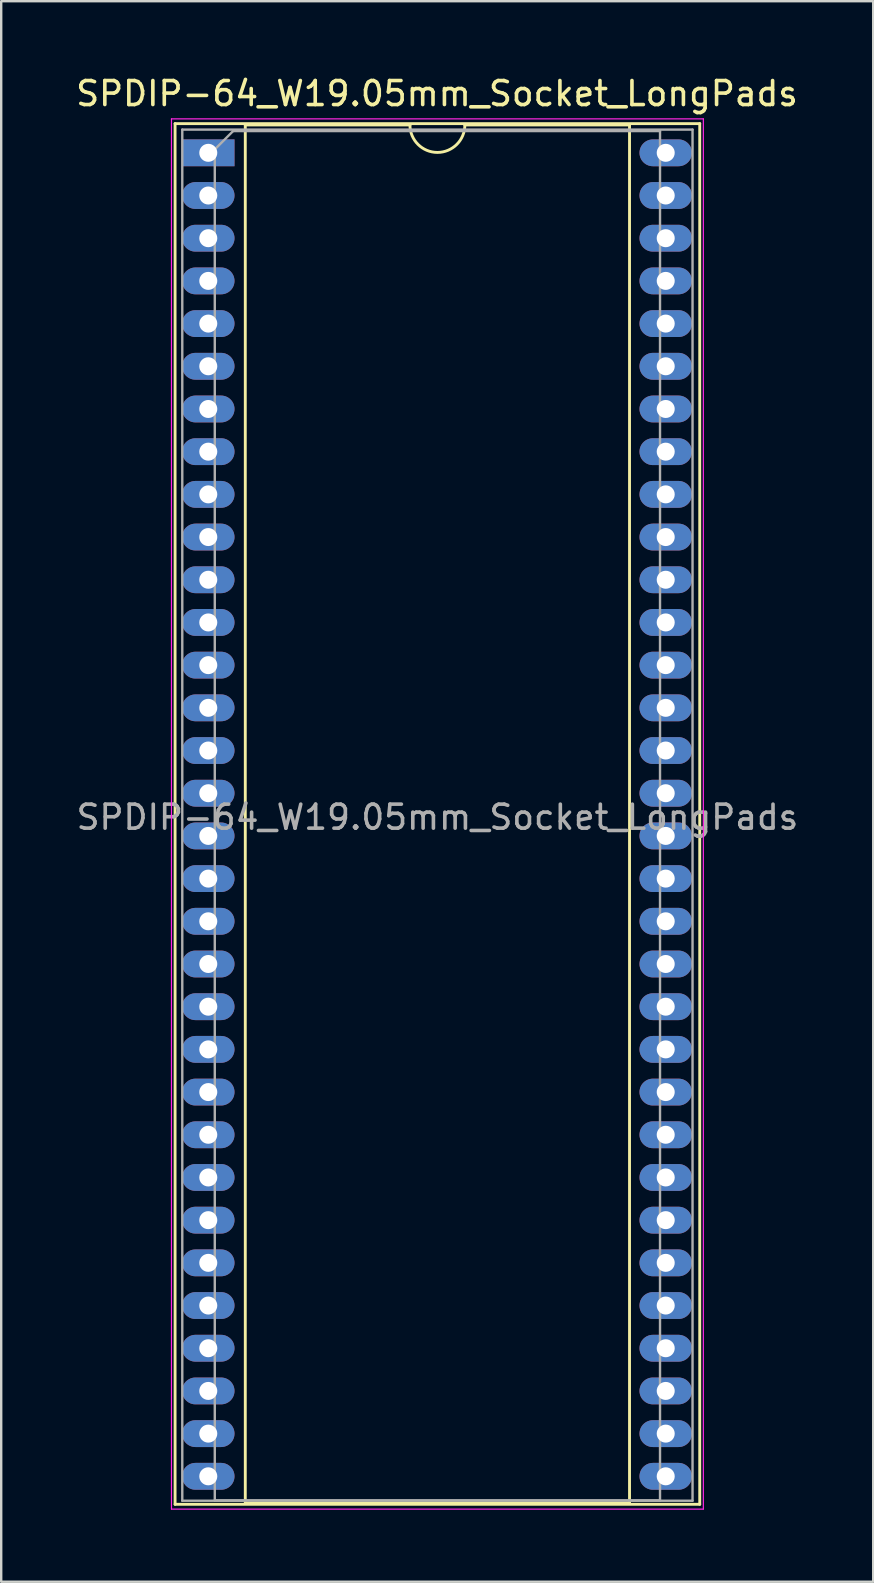
<source format=kicad_pcb>
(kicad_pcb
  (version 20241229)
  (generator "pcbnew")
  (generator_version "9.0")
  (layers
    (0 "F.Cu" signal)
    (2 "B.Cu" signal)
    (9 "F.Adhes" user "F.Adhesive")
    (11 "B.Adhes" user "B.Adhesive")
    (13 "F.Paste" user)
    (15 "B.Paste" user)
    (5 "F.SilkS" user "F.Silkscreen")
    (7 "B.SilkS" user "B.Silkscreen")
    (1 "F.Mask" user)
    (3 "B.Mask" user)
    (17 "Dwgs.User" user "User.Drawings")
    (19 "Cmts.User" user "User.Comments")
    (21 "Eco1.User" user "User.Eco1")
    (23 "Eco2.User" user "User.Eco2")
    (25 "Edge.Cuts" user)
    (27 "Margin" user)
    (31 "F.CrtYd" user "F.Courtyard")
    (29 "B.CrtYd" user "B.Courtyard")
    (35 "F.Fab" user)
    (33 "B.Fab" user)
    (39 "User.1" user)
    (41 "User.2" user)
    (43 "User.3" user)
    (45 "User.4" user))
  (footprint "SPDIP-64_W19.05mm_Socket_LongPads"
    (layer "F.Cu")
    (at 5.641 3.298)
    (property "Reference" "SPDIP-64_W19.05mm_Socket_LongPads" (at 9.508 -2.45 0) (layer "F.SilkS") (effects (font (size 1 1) (thickness 0.15))))
    (attr through_hole)
    (fp_line (start -1.4 -1.2) (end -1.4 56.3) (stroke (width 0.12) (type solid)) (layer "F.SilkS"))
    (fp_line (start -1.4 -1.2) (end 20.45 -1.2) (stroke (width 0.12) (type solid)) (layer "F.SilkS"))
    (fp_line (start -1.4 56.3) (end 20.45 56.3) (stroke (width 0.12) (type solid)) (layer "F.SilkS"))
    (fp_line (start 1.524 -1.143) (end 1.524 56.261) (stroke (width 0.12) (type solid)) (layer "F.SilkS"))
    (fp_line (start 1.524 -1.143) (end 8.382 -1.143) (stroke (width 0.12) (type solid)) (layer "F.SilkS"))
    (fp_line (start 1.524 56.261) (end 17.526 56.261) (stroke (width 0.12) (type solid)) (layer "F.SilkS"))
    (fp_line (start 17.526 -1.143) (end 10.668 -1.143) (stroke (width 0.12) (type solid)) (layer "F.SilkS"))
    (fp_line (start 17.526 56.261) (end 17.526 -1.143) (stroke (width 0.12) (type solid)) (layer "F.SilkS"))
    (fp_line (start 20.45 -1.2) (end 20.45 56.3) (stroke (width 0.12) (type solid)) (layer "F.SilkS"))
    (fp_arc (start 10.668 -1.143) (mid 9.525 0) (end 8.382 -1.143) (stroke (width 0.12) (type solid)) (layer "F.SilkS"))
    (fp_line (start -1.55 -1.397) (end 20.6 -1.397) (stroke (width 0.05) (type solid)) (layer "F.CrtYd"))
    (fp_line (start -1.55 56.5) (end -1.55 -1.397) (stroke (width 0.05) (type solid)) (layer "F.CrtYd"))
    (fp_line (start 20.6 -1.397) (end 20.6 56.5) (stroke (width 0.05) (type solid)) (layer "F.CrtYd"))
    (fp_line (start 20.6 56.5) (end -1.55 56.5) (stroke (width 0.05) (type solid)) (layer "F.CrtYd"))
    (fp_line (start -1.1 -0.95) (end -1.1 56.15) (stroke (width 0.1) (type solid)) (layer "F.Fab"))
    (fp_line (start -1.1 -0.95) (end 20.15 -0.95) (stroke (width 0.1) (type solid)) (layer "F.Fab"))
    (fp_line (start -1.1 56.15) (end 20.15 56.15) (stroke (width 0.1) (type solid)) (layer "F.Fab"))
    (fp_line (start 0.254 -0.127) (end 1.016 -0.889) (stroke (width 0.1) (type solid)) (layer "F.Fab"))
    (fp_line (start 0.254 56.134) (end 0.254 -0.127) (stroke (width 0.1) (type solid)) (layer "F.Fab"))
    (fp_line (start 0.254 56.134) (end 18.796 56.134) (stroke (width 0.1) (type solid)) (layer "F.Fab"))
    (fp_line (start 18.796 -0.889) (end 1.016 -0.889) (stroke (width 0.1) (type solid)) (layer "F.Fab"))
    (fp_line (start 18.796 56.134) (end 18.796 -0.889) (stroke (width 0.1) (type solid)) (layer "F.Fab"))
    (fp_line (start 20.15 -0.95) (end 20.15 56.15) (stroke (width 0.1) (type solid)) (layer "F.Fab"))
    (fp_text user "${REFERENCE}" (at 9.525 27.686 0) (layer "F.Fab") (effects (font (size 1 1) (thickness 0.15))))
    (pad "1" thru_hole rect (at -0.017 0.016 270) (size 1.118 2.184) (drill 0.75) (layers "*.Cu" "*.Mask"))
    (pad "2" thru_hole oval (at -0.017 1.794 270) (size 1.118 2.184) (drill 0.75) (layers "*.Cu" "*.Mask"))
    (pad "3" thru_hole oval (at -0.017 3.572 270) (size 1.118 2.184) (drill 0.75) (layers "*.Cu" "*.Mask"))
    (pad "4" thru_hole oval (at -0.017 5.35 270) (size 1.118 2.184) (drill 0.75) (layers "*.Cu" "*.Mask"))
    (pad "5" thru_hole oval (at -0.017 7.128 270) (size 1.118 2.184) (drill 0.75) (layers "*.Cu" "*.Mask"))
    (pad "6" thru_hole oval (at -0.017 8.906 270) (size 1.118 2.184) (drill 0.75) (layers "*.Cu" "*.Mask"))
    (pad "7" thru_hole oval (at -0.017 10.684 270) (size 1.118 2.184) (drill 0.75) (layers "*.Cu" "*.Mask"))
    (pad "8" thru_hole oval (at -0.017 12.462 270) (size 1.118 2.184) (drill 0.75) (layers "*.Cu" "*.Mask"))
    (pad "9" thru_hole oval (at -0.017 14.24 270) (size 1.118 2.184) (drill 0.75) (layers "*.Cu" "*.Mask"))
    (pad "10" thru_hole oval (at -0.017 16.018 270) (size 1.118 2.184) (drill 0.75) (layers "*.Cu" "*.Mask"))
    (pad "11" thru_hole oval (at -0.017 17.796 270) (size 1.118 2.184) (drill 0.75) (layers "*.Cu" "*.Mask"))
    (pad "12" thru_hole oval (at -0.017 19.574 270) (size 1.118 2.184) (drill 0.75) (layers "*.Cu" "*.Mask"))
    (pad "13" thru_hole oval (at -0.017 21.352 270) (size 1.118 2.184) (drill 0.75) (layers "*.Cu" "*.Mask"))
    (pad "14" thru_hole oval (at -0.017 23.13 270) (size 1.118 2.184) (drill 0.75) (layers "*.Cu" "*.Mask"))
    (pad "15" thru_hole oval (at -0.017 24.908 270) (size 1.118 2.184) (drill 0.75) (layers "*.Cu" "*.Mask"))
    (pad "16" thru_hole oval (at -0.017 26.686 270) (size 1.118 2.184) (drill 0.75) (layers "*.Cu" "*.Mask"))
    (pad "17" thru_hole oval (at -0.017 28.464 270) (size 1.118 2.184) (drill 0.75) (layers "*.Cu" "*.Mask"))
    (pad "18" thru_hole oval (at -0.017 30.242 270) (size 1.118 2.184) (drill 0.75) (layers "*.Cu" "*.Mask"))
    (pad "19" thru_hole oval (at -0.017 32.02 270) (size 1.118 2.184) (drill 0.75) (layers "*.Cu" "*.Mask"))
    (pad "20" thru_hole oval (at -0.017 33.798 270) (size 1.118 2.184) (drill 0.75) (layers "*.Cu" "*.Mask"))
    (pad "21" thru_hole oval (at -0.017 35.576 270) (size 1.118 2.184) (drill 0.75) (layers "*.Cu" "*.Mask"))
    (pad "22" thru_hole oval (at -0.017 37.354 270) (size 1.118 2.184) (drill 0.75) (layers "*.Cu" "*.Mask"))
    (pad "23" thru_hole oval (at -0.017 39.132 270) (size 1.118 2.184) (drill 0.75) (layers "*.Cu" "*.Mask"))
    (pad "24" thru_hole oval (at -0.017 40.91 270) (size 1.118 2.184) (drill 0.75) (layers "*.Cu" "*.Mask"))
    (pad "25" thru_hole oval (at -0.017 42.688 270) (size 1.118 2.184) (drill 0.75) (layers "*.Cu" "*.Mask"))
    (pad "26" thru_hole oval (at -0.017 44.466 270) (size 1.118 2.184) (drill 0.75) (layers "*.Cu" "*.Mask"))
    (pad "27" thru_hole oval (at -0.017 46.244 270) (size 1.118 2.184) (drill 0.75) (layers "*.Cu" "*.Mask"))
    (pad "28" thru_hole oval (at -0.017 48.022 270) (size 1.118 2.184) (drill 0.75) (layers "*.Cu" "*.Mask"))
    (pad "29" thru_hole oval (at -0.017 49.8 270) (size 1.118 2.184) (drill 0.75) (layers "*.Cu" "*.Mask"))
    (pad "30" thru_hole oval (at -0.017 51.578 270) (size 1.118 2.184) (drill 0.75) (layers "*.Cu" "*.Mask"))
    (pad "31" thru_hole oval (at -0.017 53.356 270) (size 1.118 2.184) (drill 0.75) (layers "*.Cu" "*.Mask"))
    (pad "32" thru_hole oval (at -0.017 55.134 270) (size 1.118 2.184) (drill 0.75) (layers "*.Cu" "*.Mask"))
    (pad "33" thru_hole oval (at 19.033 55.134 270) (size 1.118 2.184) (drill 0.75) (layers "*.Cu" "*.Mask"))
    (pad "34" thru_hole oval (at 19.033 53.356 270) (size 1.118 2.184) (drill 0.75) (layers "*.Cu" "*.Mask"))
    (pad "35" thru_hole oval (at 19.033 51.578 270) (size 1.118 2.184) (drill 0.75) (layers "*.Cu" "*.Mask"))
    (pad "36" thru_hole oval (at 19.033 49.8 270) (size 1.118 2.184) (drill 0.75) (layers "*.Cu" "*.Mask"))
    (pad "37" thru_hole oval (at 19.033 48.022 270) (size 1.118 2.184) (drill 0.75) (layers "*.Cu" "*.Mask"))
    (pad "38" thru_hole oval (at 19.033 46.244 270) (size 1.118 2.184) (drill 0.75) (layers "*.Cu" "*.Mask"))
    (pad "39" thru_hole oval (at 19.033 44.466 270) (size 1.118 2.184) (drill 0.75) (layers "*.Cu" "*.Mask"))
    (pad "40" thru_hole oval (at 19.033 42.688 270) (size 1.118 2.184) (drill 0.75) (layers "*.Cu" "*.Mask"))
    (pad "41" thru_hole oval (at 19.033 40.91 270) (size 1.118 2.184) (drill 0.75) (layers "*.Cu" "*.Mask"))
    (pad "42" thru_hole oval (at 19.033 39.132 270) (size 1.118 2.184) (drill 0.75) (layers "*.Cu" "*.Mask"))
    (pad "43" thru_hole oval (at 19.033 37.354 270) (size 1.118 2.184) (drill 0.75) (layers "*.Cu" "*.Mask"))
    (pad "44" thru_hole oval (at 19.033 35.576 270) (size 1.118 2.184) (drill 0.75) (layers "*.Cu" "*.Mask"))
    (pad "45" thru_hole oval (at 19.033 33.798 270) (size 1.118 2.184) (drill 0.75) (layers "*.Cu" "*.Mask"))
    (pad "46" thru_hole oval (at 19.033 32.02 270) (size 1.118 2.184) (drill 0.75) (layers "*.Cu" "*.Mask"))
    (pad "47" thru_hole oval (at 19.033 30.242 270) (size 1.118 2.184) (drill 0.75) (layers "*.Cu" "*.Mask"))
    (pad "48" thru_hole oval (at 19.033 28.464 270) (size 1.118 2.184) (drill 0.75) (layers "*.Cu" "*.Mask"))
    (pad "49" thru_hole oval (at 19.033 26.686 270) (size 1.118 2.184) (drill 0.75) (layers "*.Cu" "*.Mask"))
    (pad "50" thru_hole oval (at 19.033 24.908 270) (size 1.118 2.184) (drill 0.75) (layers "*.Cu" "*.Mask"))
    (pad "51" thru_hole oval (at 19.033 23.13 270) (size 1.118 2.184) (drill 0.75) (layers "*.Cu" "*.Mask"))
    (pad "52" thru_hole oval (at 19.033 21.352 270) (size 1.118 2.184) (drill 0.75) (layers "*.Cu" "*.Mask"))
    (pad "53" thru_hole oval (at 19.033 19.574 270) (size 1.118 2.184) (drill 0.75) (layers "*.Cu" "*.Mask"))
    (pad "54" thru_hole oval (at 19.033 17.796 270) (size 1.118 2.184) (drill 0.75) (layers "*.Cu" "*.Mask"))
    (pad "55" thru_hole oval (at 19.033 16.018 270) (size 1.118 2.184) (drill 0.75) (layers "*.Cu" "*.Mask"))
    (pad "56" thru_hole oval (at 19.033 14.24 270) (size 1.118 2.184) (drill 0.75) (layers "*.Cu" "*.Mask"))
    (pad "57" thru_hole oval (at 19.033 12.462 270) (size 1.118 2.184) (drill 0.75) (layers "*.Cu" "*.Mask"))
    (pad "58" thru_hole oval (at 19.033 10.684 270) (size 1.118 2.184) (drill 0.75) (layers "*.Cu" "*.Mask"))
    (pad "59" thru_hole oval (at 19.033 8.906 270) (size 1.118 2.184) (drill 0.75) (layers "*.Cu" "*.Mask"))
    (pad "60" thru_hole oval (at 19.033 7.128 270) (size 1.118 2.184) (drill 0.75) (layers "*.Cu" "*.Mask"))
    (pad "61" thru_hole oval (at 19.033 5.35 270) (size 1.118 2.184) (drill 0.75) (layers "*.Cu" "*.Mask"))
    (pad "62" thru_hole oval (at 19.033 3.572 270) (size 1.118 2.184) (drill 0.75) (layers "*.Cu" "*.Mask"))
    (pad "63" thru_hole oval (at 19.033 1.794 270) (size 1.118 2.184) (drill 0.75) (layers "*.Cu" "*.Mask"))
    (pad "64" thru_hole oval (at 19.033 0.016 270) (size 1.118 2.184) (drill 0.75) (layers "*.Cu" "*.Mask")))
  (gr_rect
    (start -3 -3)
    (end 33.315 62.823)
    (stroke (width 0.1) (type default))
    (fill no)
    (layer "Edge.Cuts")))
</source>
